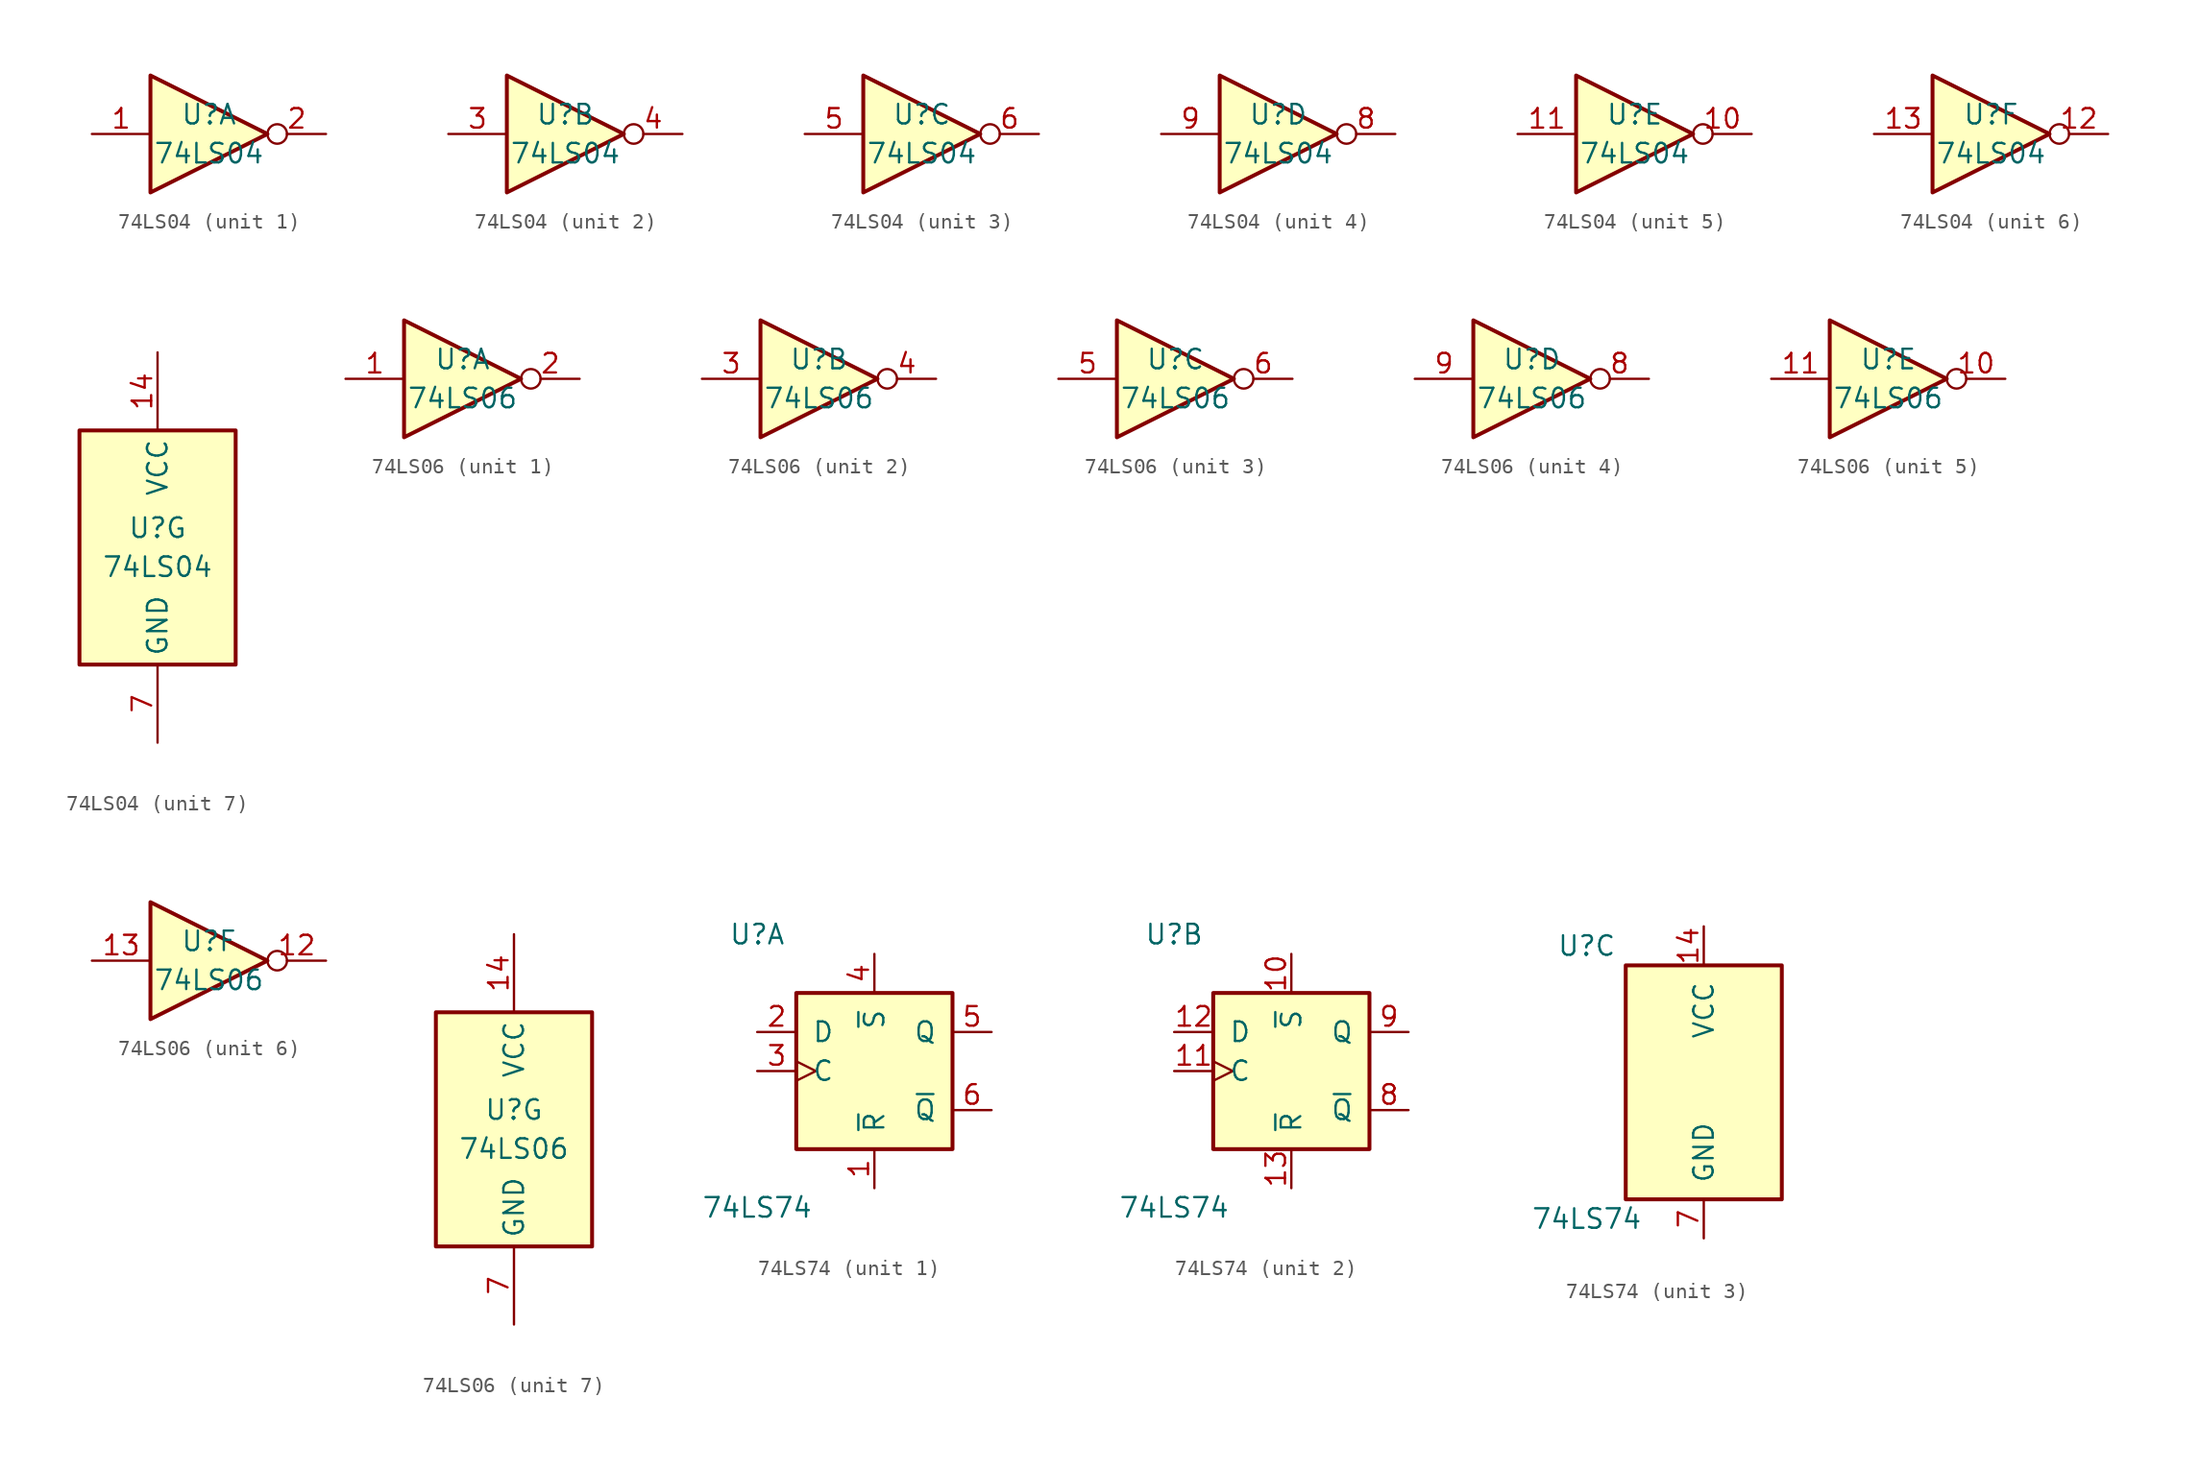
<source format=kicad_sym>
(kicad_symbol_lib
  (version 20241209)
  (generator "kicad_symbol_editor")
  (generator_version "9.0")
  (symbol "74LS04"
    (property "Reference" "U"
      (at 0 1.27 0)
      (effects (font (size 1.27 1.27))))
    (property "Value" "74LS04"
      (at 0 -1.27 0)
      (effects (font (size 1.27 1.27))))
    (symbol "74LS04_1_0"
      (polyline (pts (xy -3.81 3.81) (xy -3.81 -3.81) (xy 3.81 0) (xy -3.81 3.81)) (stroke (width 0.254) (type default)) (fill (type background)))
      (pin input line (at -7.62 0 0) (length 3.81) (name "~" (effects (font (size 1.27 1.27)))) (number "1" (effects (font (size 1.27 1.27)))))
      (pin output inverted (at 7.62 0 180) (length 3.81) (name "~" (effects (font (size 1.27 1.27)))) (number "2" (effects (font (size 1.27 1.27))))))
    (symbol "74LS04_2_0"
      (polyline (pts (xy -3.81 3.81) (xy -3.81 -3.81) (xy 3.81 0) (xy -3.81 3.81)) (stroke (width 0.254) (type default)) (fill (type background)))
      (pin input line (at -7.62 0 0) (length 3.81) (name "~" (effects (font (size 1.27 1.27)))) (number "3" (effects (font (size 1.27 1.27)))))
      (pin output inverted (at 7.62 0 180) (length 3.81) (name "~" (effects (font (size 1.27 1.27)))) (number "4" (effects (font (size 1.27 1.27))))))
    (symbol "74LS04_3_0"
      (polyline (pts (xy -3.81 3.81) (xy -3.81 -3.81) (xy 3.81 0) (xy -3.81 3.81)) (stroke (width 0.254) (type default)) (fill (type background)))
      (pin input line (at -7.62 0 0) (length 3.81) (name "~" (effects (font (size 1.27 1.27)))) (number "5" (effects (font (size 1.27 1.27)))))
      (pin output inverted (at 7.62 0 180) (length 3.81) (name "~" (effects (font (size 1.27 1.27)))) (number "6" (effects (font (size 1.27 1.27))))))
    (symbol "74LS04_4_0"
      (polyline (pts (xy -3.81 3.81) (xy -3.81 -3.81) (xy 3.81 0) (xy -3.81 3.81)) (stroke (width 0.254) (type default)) (fill (type background)))
      (pin input line (at -7.62 0 0) (length 3.81) (name "~" (effects (font (size 1.27 1.27)))) (number "9" (effects (font (size 1.27 1.27)))))
      (pin output inverted (at 7.62 0 180) (length 3.81) (name "~" (effects (font (size 1.27 1.27)))) (number "8" (effects (font (size 1.27 1.27))))))
    (symbol "74LS04_5_0"
      (polyline (pts (xy -3.81 3.81) (xy -3.81 -3.81) (xy 3.81 0) (xy -3.81 3.81)) (stroke (width 0.254) (type default)) (fill (type background)))
      (pin input line (at -7.62 0 0) (length 3.81) (name "~" (effects (font (size 1.27 1.27)))) (number "11" (effects (font (size 1.27 1.27)))))
      (pin output inverted (at 7.62 0 180) (length 3.81) (name "~" (effects (font (size 1.27 1.27)))) (number "10" (effects (font (size 1.27 1.27))))))
    (symbol "74LS04_6_0"
      (polyline (pts (xy -3.81 3.81) (xy -3.81 -3.81) (xy 3.81 0) (xy -3.81 3.81)) (stroke (width 0.254) (type default)) (fill (type background)))
      (pin input line (at -7.62 0 0) (length 3.81) (name "~" (effects (font (size 1.27 1.27)))) (number "13" (effects (font (size 1.27 1.27)))))
      (pin output inverted (at 7.62 0 180) (length 3.81) (name "~" (effects (font (size 1.27 1.27)))) (number "12" (effects (font (size 1.27 1.27))))))
    (symbol "74LS04_7_0"
      (pin power_in line (at 0 12.7 270) (length 5.08) (name "VCC" (effects (font (size 1.27 1.27)))) (number "14" (effects (font (size 1.27 1.27)))))
      (pin power_in line (at 0 -12.7 90) (length 5.08) (name "GND" (effects (font (size 1.27 1.27)))) (number "7" (effects (font (size 1.27 1.27))))))
    (symbol "74LS04_7_1"
      (rectangle (start -5.08 7.62) (end 5.08 -7.62) (stroke (width 0.254) (type default)) (fill (type background)))))
  (symbol "74LS06"
    (property "Reference" "U"
      (at 0 1.27 0)
      (effects (font (size 1.27 1.27))))
    (property "Value" "74LS06"
      (at 0 -1.27 0)
      (effects (font (size 1.27 1.27))))
    (symbol "74LS06_1_0"
      (polyline (pts (xy -3.81 3.81) (xy -3.81 -3.81) (xy 3.81 0) (xy -3.81 3.81)) (stroke (width 0.254) (type default)) (fill (type background)))
      (pin input line (at -7.62 0 0) (length 3.81) (name "~" (effects (font (size 1.27 1.27)))) (number "1" (effects (font (size 1.27 1.27)))))
      (pin output inverted (at 7.62 0 180) (length 3.81) (name "~" (effects (font (size 1.27 1.27)))) (number "2" (effects (font (size 1.27 1.27))))))
    (symbol "74LS06_2_0"
      (polyline (pts (xy -3.81 3.81) (xy -3.81 -3.81) (xy 3.81 0) (xy -3.81 3.81)) (stroke (width 0.254) (type default)) (fill (type background)))
      (pin input line (at -7.62 0 0) (length 3.81) (name "~" (effects (font (size 1.27 1.27)))) (number "3" (effects (font (size 1.27 1.27)))))
      (pin output inverted (at 7.62 0 180) (length 3.81) (name "~" (effects (font (size 1.27 1.27)))) (number "4" (effects (font (size 1.27 1.27))))))
    (symbol "74LS06_3_0"
      (polyline (pts (xy -3.81 3.81) (xy -3.81 -3.81) (xy 3.81 0) (xy -3.81 3.81)) (stroke (width 0.254) (type default)) (fill (type background)))
      (pin input line (at -7.62 0 0) (length 3.81) (name "~" (effects (font (size 1.27 1.27)))) (number "5" (effects (font (size 1.27 1.27)))))
      (pin output inverted (at 7.62 0 180) (length 3.81) (name "~" (effects (font (size 1.27 1.27)))) (number "6" (effects (font (size 1.27 1.27))))))
    (symbol "74LS06_4_0"
      (polyline (pts (xy -3.81 3.81) (xy -3.81 -3.81) (xy 3.81 0) (xy -3.81 3.81)) (stroke (width 0.254) (type default)) (fill (type background)))
      (pin input line (at -7.62 0 0) (length 3.81) (name "~" (effects (font (size 1.27 1.27)))) (number "9" (effects (font (size 1.27 1.27)))))
      (pin output inverted (at 7.62 0 180) (length 3.81) (name "~" (effects (font (size 1.27 1.27)))) (number "8" (effects (font (size 1.27 1.27))))))
    (symbol "74LS06_5_0"
      (polyline (pts (xy -3.81 3.81) (xy -3.81 -3.81) (xy 3.81 0) (xy -3.81 3.81)) (stroke (width 0.254) (type default)) (fill (type background)))
      (pin input line (at -7.62 0 0) (length 3.81) (name "~" (effects (font (size 1.27 1.27)))) (number "11" (effects (font (size 1.27 1.27)))))
      (pin output inverted (at 7.62 0 180) (length 3.81) (name "~" (effects (font (size 1.27 1.27)))) (number "10" (effects (font (size 1.27 1.27))))))
    (symbol "74LS06_6_0"
      (polyline (pts (xy -3.81 3.81) (xy -3.81 -3.81) (xy 3.81 0) (xy -3.81 3.81)) (stroke (width 0.254) (type default)) (fill (type background)))
      (pin input line (at -7.62 0 0) (length 3.81) (name "~" (effects (font (size 1.27 1.27)))) (number "13" (effects (font (size 1.27 1.27)))))
      (pin output inverted (at 7.62 0 180) (length 3.81) (name "~" (effects (font (size 1.27 1.27)))) (number "12" (effects (font (size 1.27 1.27))))))
    (symbol "74LS06_7_0"
      (pin power_in line (at 0 12.7 270) (length 5.08) (name "VCC" (effects (font (size 1.27 1.27)))) (number "14" (effects (font (size 1.27 1.27)))))
      (pin power_in line (at 0 -12.7 90) (length 5.08) (name "GND" (effects (font (size 1.27 1.27)))) (number "7" (effects (font (size 1.27 1.27))))))
    (symbol "74LS06_7_1"
      (rectangle (start -5.08 7.62) (end 5.08 -7.62) (stroke (width 0.254) (type default)) (fill (type background)))))
  (symbol "74LS74"
    (pin_names
      (offset 1.016))
    (property "Reference" "U"
      (at -7.62 8.89 0)
      (effects (font (size 1.27 1.27))))
    (property "Value" "74LS74"
      (at -7.62 -8.89 0)
      (effects (font (size 1.27 1.27))))
    (symbol "74LS74_1_0"
      (pin input line (at -7.62 2.54 0) (length 2.54) (name "D" (effects (font (size 1.27 1.27)))) (number "2" (effects (font (size 1.27 1.27)))))
      (pin input clock (at -7.62 0 0) (length 2.54) (name "C" (effects (font (size 1.27 1.27)))) (number "3" (effects (font (size 1.27 1.27)))))
      (pin input line (at 0 7.62 270) (length 2.54) (name "~{S}" (effects (font (size 1.27 1.27)))) (number "4" (effects (font (size 1.27 1.27)))))
      (pin input line (at 0 -7.62 90) (length 2.54) (name "~{R}" (effects (font (size 1.27 1.27)))) (number "1" (effects (font (size 1.27 1.27)))))
      (pin output line (at 7.62 2.54 180) (length 2.54) (name "Q" (effects (font (size 1.27 1.27)))) (number "5" (effects (font (size 1.27 1.27)))))
      (pin output line (at 7.62 -2.54 180) (length 2.54) (name "~{Q}" (effects (font (size 1.27 1.27)))) (number "6" (effects (font (size 1.27 1.27))))))
    (symbol "74LS74_1_1"
      (rectangle (start -5.08 5.08) (end 5.08 -5.08) (stroke (width 0.254) (type default)) (fill (type background))))
    (symbol "74LS74_2_0"
      (pin input line (at -7.62 2.54 0) (length 2.54) (name "D" (effects (font (size 1.27 1.27)))) (number "12" (effects (font (size 1.27 1.27)))))
      (pin input clock (at -7.62 0 0) (length 2.54) (name "C" (effects (font (size 1.27 1.27)))) (number "11" (effects (font (size 1.27 1.27)))))
      (pin input line (at 0 7.62 270) (length 2.54) (name "~{S}" (effects (font (size 1.27 1.27)))) (number "10" (effects (font (size 1.27 1.27)))))
      (pin input line (at 0 -7.62 90) (length 2.54) (name "~{R}" (effects (font (size 1.27 1.27)))) (number "13" (effects (font (size 1.27 1.27)))))
      (pin output line (at 7.62 2.54 180) (length 2.54) (name "Q" (effects (font (size 1.27 1.27)))) (number "9" (effects (font (size 1.27 1.27)))))
      (pin output line (at 7.62 -2.54 180) (length 2.54) (name "~{Q}" (effects (font (size 1.27 1.27)))) (number "8" (effects (font (size 1.27 1.27))))))
    (symbol "74LS74_2_1"
      (rectangle (start -5.08 5.08) (end 5.08 -5.08) (stroke (width 0.254) (type default)) (fill (type background))))
    (symbol "74LS74_3_0"
      (pin power_in line (at 0 10.16 270) (length 2.54) (name "VCC" (effects (font (size 1.27 1.27)))) (number "14" (effects (font (size 1.27 1.27)))))
      (pin power_in line (at 0 -10.16 90) (length 2.54) (name "GND" (effects (font (size 1.27 1.27)))) (number "7" (effects (font (size 1.27 1.27))))))
    (symbol "74LS74_3_1"
      (rectangle (start -5.08 7.62) (end 5.08 -7.62) (stroke (width 0.254) (type default)) (fill (type background))))))
</source>
